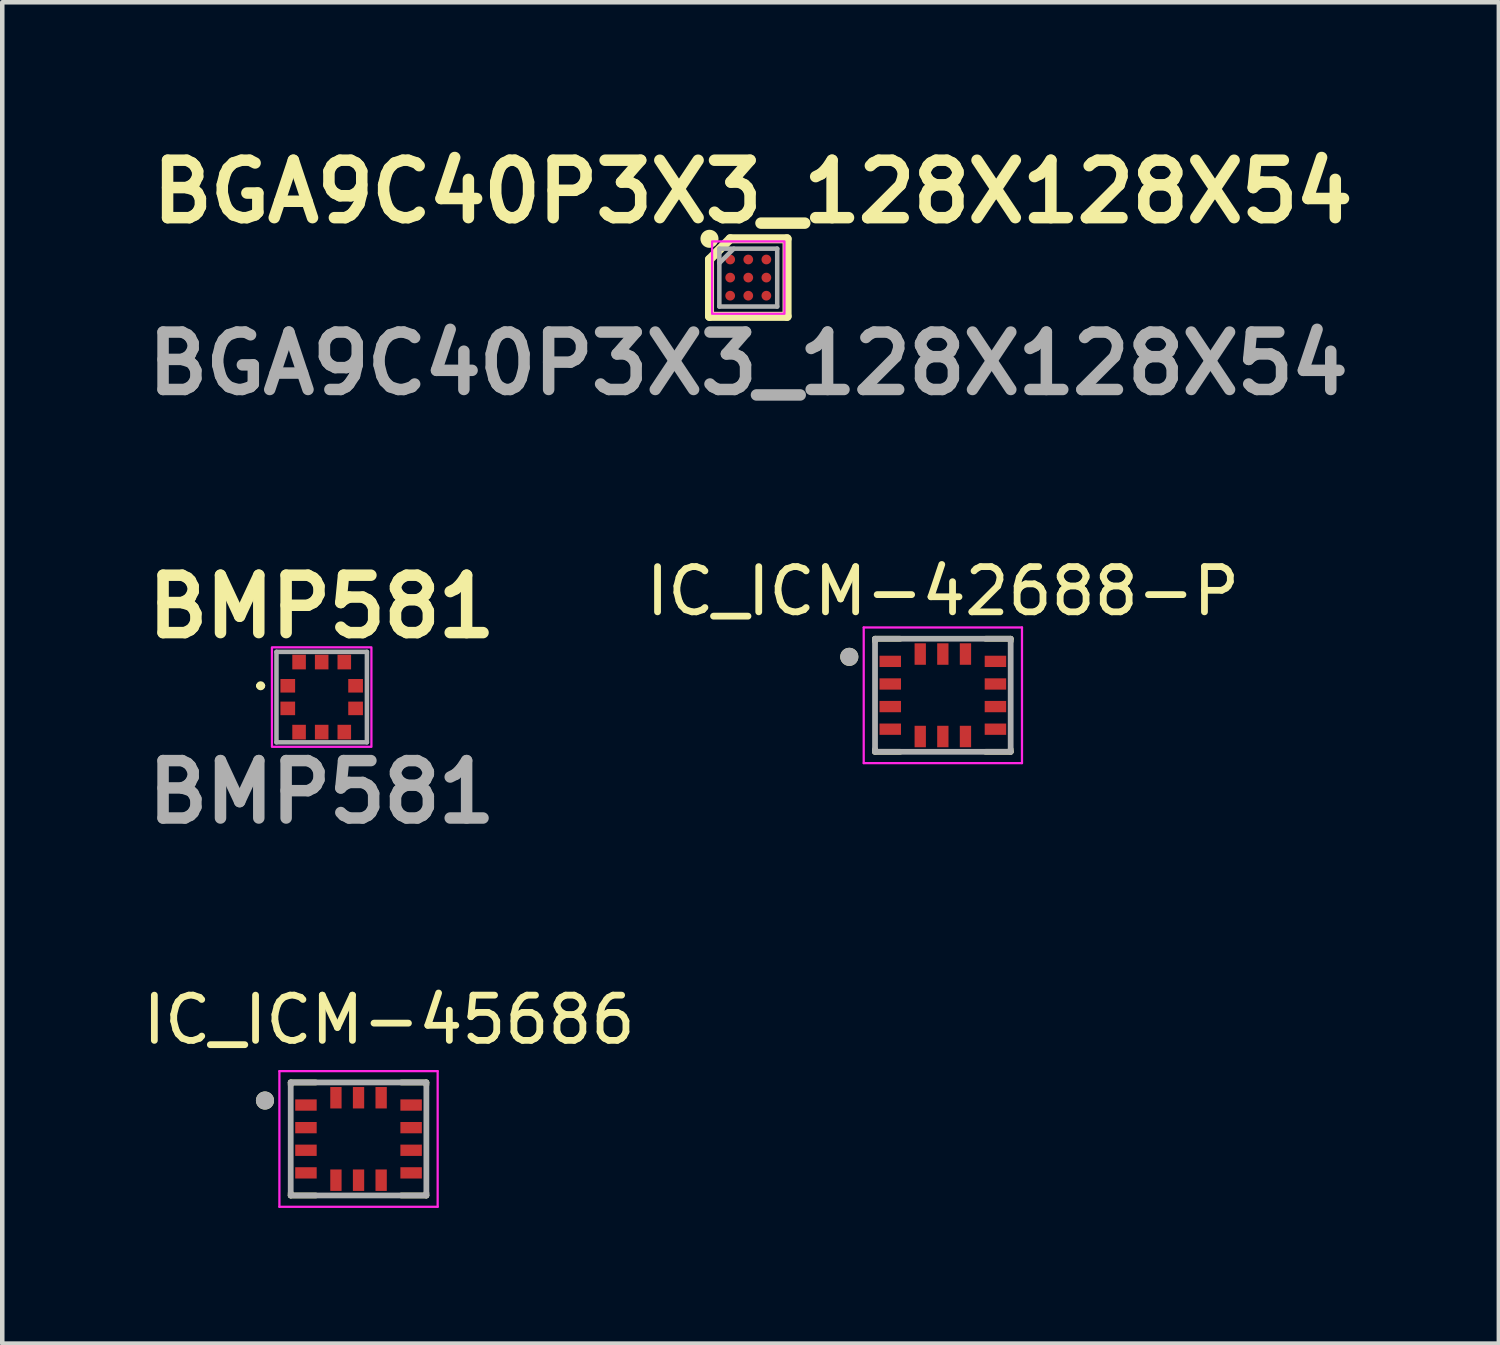
<source format=kicad_pcb>
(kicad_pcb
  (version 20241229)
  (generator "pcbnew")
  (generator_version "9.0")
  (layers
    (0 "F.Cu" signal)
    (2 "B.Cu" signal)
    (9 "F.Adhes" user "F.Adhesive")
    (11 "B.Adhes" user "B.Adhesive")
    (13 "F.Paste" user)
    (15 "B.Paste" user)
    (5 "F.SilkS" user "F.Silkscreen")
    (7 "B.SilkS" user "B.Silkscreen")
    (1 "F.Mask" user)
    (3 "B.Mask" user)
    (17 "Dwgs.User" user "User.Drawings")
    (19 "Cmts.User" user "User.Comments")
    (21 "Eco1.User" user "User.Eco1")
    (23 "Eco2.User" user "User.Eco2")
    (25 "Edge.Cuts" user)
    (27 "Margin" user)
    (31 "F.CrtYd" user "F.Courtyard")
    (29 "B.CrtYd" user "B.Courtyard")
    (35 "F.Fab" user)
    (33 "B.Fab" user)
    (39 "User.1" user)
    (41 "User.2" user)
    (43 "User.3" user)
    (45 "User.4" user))
  (footprint "IC_ICM-42688-P"
    (layer "F.Cu")
    (at 17.801 12.326)
    (property "Reference" "IC_ICM-42688-P" (at 0 -2.3 0) (layer "F.SilkS") (effects (font (size 1 1) (thickness 0.15))))
    (attr smd)
    (fp_poly (pts (xy -1.45 -0.925) (xy -0.875 -0.925) (xy -0.875 -0.575) (xy -1.45 -0.575)) (stroke (width 0.01) (type solid)) (fill yes) (layer "F.Mask"))
    (fp_poly (pts (xy -1.45 -0.425) (xy -0.875 -0.425) (xy -0.875 -0.075) (xy -1.45 -0.075)) (stroke (width 0.01) (type solid)) (fill yes) (layer "F.Mask"))
    (fp_poly (pts (xy -1.45 0.075) (xy -0.875 0.075) (xy -0.875 0.425) (xy -1.45 0.425)) (stroke (width 0.01) (type solid)) (fill yes) (layer "F.Mask"))
    (fp_poly (pts (xy -1.45 0.575) (xy -0.875 0.575) (xy -0.875 0.925) (xy -1.45 0.925)) (stroke (width 0.01) (type solid)) (fill yes) (layer "F.Mask"))
    (fp_poly (pts (xy -0.675 -1.2) (xy -0.325 -1.2) (xy -0.325 -0.625) (xy -0.675 -0.625)) (stroke (width 0.01) (type solid)) (fill yes) (layer "F.Mask"))
    (fp_poly (pts (xy -0.675 0.625) (xy -0.325 0.625) (xy -0.325 1.2) (xy -0.675 1.2)) (stroke (width 0.01) (type solid)) (fill yes) (layer "F.Mask"))
    (fp_poly (pts (xy -0.175 -1.2) (xy 0.175 -1.2) (xy 0.175 -0.625) (xy -0.175 -0.625)) (stroke (width 0.01) (type solid)) (fill yes) (layer "F.Mask"))
    (fp_poly (pts (xy -0.175 0.625) (xy 0.175 0.625) (xy 0.175 1.2) (xy -0.175 1.2)) (stroke (width 0.01) (type solid)) (fill yes) (layer "F.Mask"))
    (fp_poly (pts (xy 0.325 -1.2) (xy 0.675 -1.2) (xy 0.675 -0.625) (xy 0.325 -0.625)) (stroke (width 0.01) (type solid)) (fill yes) (layer "F.Mask"))
    (fp_poly (pts (xy 0.325 0.625) (xy 0.675 0.625) (xy 0.675 1.2) (xy 0.325 1.2)) (stroke (width 0.01) (type solid)) (fill yes) (layer "F.Mask"))
    (fp_poly (pts (xy 0.875 -0.925) (xy 1.45 -0.925) (xy 1.45 -0.575) (xy 0.875 -0.575)) (stroke (width 0.01) (type solid)) (fill yes) (layer "F.Mask"))
    (fp_poly (pts (xy 0.875 -0.425) (xy 1.45 -0.425) (xy 1.45 -0.075) (xy 0.875 -0.075)) (stroke (width 0.01) (type solid)) (fill yes) (layer "F.Mask"))
    (fp_poly (pts (xy 0.875 0.075) (xy 1.45 0.075) (xy 1.45 0.425) (xy 0.875 0.425)) (stroke (width 0.01) (type solid)) (fill yes) (layer "F.Mask"))
    (fp_poly (pts (xy 0.875 0.575) (xy 1.45 0.575) (xy 1.45 0.925) (xy 0.875 0.925)) (stroke (width 0.01) (type solid)) (fill yes) (layer "F.Mask"))
    (fp_line (start -1.5 -1.25) (end -1.5 -1.195) (stroke (width 0.127) (type solid)) (layer "F.SilkS"))
    (fp_line (start -1.5 -1.25) (end -0.945 -1.25) (stroke (width 0.127) (type solid)) (layer "F.SilkS"))
    (fp_line (start -1.5 1.25) (end -1.5 1.195) (stroke (width 0.127) (type solid)) (layer "F.SilkS"))
    (fp_line (start -0.945 1.25) (end -1.5 1.25) (stroke (width 0.127) (type solid)) (layer "F.SilkS"))
    (fp_line (start 0.945 -1.25) (end 1.5 -1.25) (stroke (width 0.127) (type solid)) (layer "F.SilkS"))
    (fp_line (start 1.5 -1.25) (end 1.5 -1.195) (stroke (width 0.127) (type solid)) (layer "F.SilkS"))
    (fp_line (start 1.5 1.25) (end 0.945 1.25) (stroke (width 0.127) (type solid)) (layer "F.SilkS"))
    (fp_line (start 1.5 1.25) (end 1.5 1.195) (stroke (width 0.127) (type solid)) (layer "F.SilkS"))
    (fp_circle (center -2.069 -0.85) (end -1.969 -0.85) (stroke (width 0.2) (type solid)) (fill no) (layer "F.SilkS"))
    (fp_line (start -1.75 -1.5) (end -1.75 1.5) (stroke (width 0.05) (type solid)) (layer "F.CrtYd"))
    (fp_line (start -1.75 1.5) (end 1.75 1.5) (stroke (width 0.05) (type solid)) (layer "F.CrtYd"))
    (fp_line (start 1.75 -1.5) (end -1.75 -1.5) (stroke (width 0.05) (type solid)) (layer "F.CrtYd"))
    (fp_line (start 1.75 1.5) (end 1.75 -1.5) (stroke (width 0.05) (type solid)) (layer "F.CrtYd"))
    (fp_line (start -1.5 -1.25) (end 1.5 -1.25) (stroke (width 0.127) (type solid)) (layer "F.Fab"))
    (fp_line (start -1.5 1.25) (end -1.5 -1.25) (stroke (width 0.127) (type solid)) (layer "F.Fab"))
    (fp_line (start 1.5 -1.25) (end 1.5 1.25) (stroke (width 0.127) (type solid)) (layer "F.Fab"))
    (fp_line (start 1.5 1.25) (end -1.5 1.25) (stroke (width 0.127) (type solid)) (layer "F.Fab"))
    (fp_circle (center -2.069 -0.85) (end -1.969 -0.85) (stroke (width 0.2) (type solid)) (fill no) (layer "F.Fab"))
    (pad "1" smd rect (at -1.163 -0.75) (size 0.475 0.25) (layers "F.Cu" "F.Paste"))
    (pad "2" smd rect (at -1.163 -0.25) (size 0.475 0.25) (layers "F.Cu" "F.Paste"))
    (pad "3" smd rect (at -1.163 0.25) (size 0.475 0.25) (layers "F.Cu" "F.Paste"))
    (pad "4" smd rect (at -1.163 0.75) (size 0.475 0.25) (layers "F.Cu" "F.Paste"))
    (pad "5" smd rect (at -0.5 0.912) (size 0.25 0.475) (layers "F.Cu" "F.Paste"))
    (pad "6" smd rect (at 0 0.912) (size 0.25 0.475) (layers "F.Cu" "F.Paste"))
    (pad "7" smd rect (at 0.5 0.912) (size 0.25 0.475) (layers "F.Cu" "F.Paste"))
    (pad "8" smd rect (at 1.163 0.75) (size 0.475 0.25) (layers "F.Cu" "F.Paste"))
    (pad "9" smd rect (at 1.163 0.25) (size 0.475 0.25) (layers "F.Cu" "F.Paste"))
    (pad "10" smd rect (at 1.163 -0.25) (size 0.475 0.25) (layers "F.Cu" "F.Paste"))
    (pad "11" smd rect (at 1.163 -0.75) (size 0.475 0.25) (layers "F.Cu" "F.Paste"))
    (pad "12" smd rect (at 0.5 -0.912) (size 0.25 0.475) (layers "F.Cu" "F.Paste"))
    (pad "13" smd rect (at 0 -0.912) (size 0.25 0.475) (layers "F.Cu" "F.Paste"))
    (pad "14" smd rect (at -0.5 -0.912) (size 0.25 0.475) (layers "F.Cu" "F.Paste"))
    (zone (net_name "") (layers "F.Cu" "B.Cu") (hatch full 0.508) (connect_pads) (min_thickness 0.01) (filled_areas_thickness no) (keepout (tracks not_allowed) (vias not_allowed) (pads not_allowed) (copperpour not_allowed) (footprints not_allowed)) (placement (enabled no)) (fill) (polygon (pts (xy 16.901 11.676) (xy 18.701 11.676) (xy 18.701 12.976) (xy 16.901 12.976)))))
  (footprint "BGA9C40P3X3_128X128X54"
    (layer "F.Cu")
    (at 13.498 3.089)
    (property "Reference" "BGA9C40P3X3_128X128X54" (at 0.1 -1.9 0) (layer "F.SilkS") (effects (font (size 1.27 1.27) (thickness 0.254))))
    (attr smd)
    (fp_line (start -0.857 -0.401) (end -0.399 -0.859) (stroke (width 0.2) (type solid)) (layer "F.SilkS"))
    (fp_line (start -0.857 0.857) (end -0.857 -0.401) (stroke (width 0.2) (type solid)) (layer "F.SilkS"))
    (fp_line (start -0.4 -0.858) (end 0.858 -0.858) (stroke (width 0.2) (type solid)) (layer "F.SilkS"))
    (fp_line (start 0.858 -0.858) (end 0.858 0.857) (stroke (width 0.2) (type solid)) (layer "F.SilkS"))
    (fp_line (start 0.858 0.857) (end -0.857 0.857) (stroke (width 0.2) (type solid)) (layer "F.SilkS"))
    (fp_circle (center -0.858 -0.858) (end -0.858 -0.758) (stroke (width 0.2) (type solid)) (fill no) (layer "F.SilkS"))
    (fp_rect (start -0.8 -0.8) (end 0.8 0.8) (stroke (width 0.05) (type default)) (fill no) (layer "F.CrtYd"))
    (fp_line (start -0.64 -0.64) (end 0.64 -0.64) (stroke (width 0.1) (type solid)) (layer "F.Fab"))
    (fp_line (start -0.64 -0.32) (end -0.32 -0.64) (stroke (width 0.1) (type solid)) (layer "F.Fab"))
    (fp_line (start -0.64 0.64) (end -0.64 -0.64) (stroke (width 0.1) (type solid)) (layer "F.Fab"))
    (fp_line (start 0.64 -0.64) (end 0.64 0.64) (stroke (width 0.1) (type solid)) (layer "F.Fab"))
    (fp_line (start 0.64 0.64) (end -0.64 0.64) (stroke (width 0.1) (type solid)) (layer "F.Fab"))
    (fp_text user "${REFERENCE}" (at 0 1.9 0) (layer "F.Fab") (effects (font (size 1.27 1.27) (thickness 0.254))))
    (pad "A1" smd circle (at -0.4 -0.4 90) (size 0.215 0.215) (layers "F.Cu" "F.Mask" "F.Paste"))
    (pad "A2" smd circle (at 0 -0.4 90) (size 0.215 0.215) (layers "F.Cu" "F.Mask" "F.Paste"))
    (pad "A3" smd circle (at 0.4 -0.4 90) (size 0.215 0.215) (layers "F.Cu" "F.Mask" "F.Paste"))
    (pad "B1" smd circle (at -0.4 0 90) (size 0.215 0.215) (layers "F.Cu" "F.Mask" "F.Paste"))
    (pad "B2" smd circle (at 0 0 90) (size 0.215 0.215) (layers "F.Cu" "F.Mask" "F.Paste"))
    (pad "B3" smd circle (at 0.4 0 90) (size 0.215 0.215) (layers "F.Cu" "F.Mask" "F.Paste"))
    (pad "C1" smd circle (at -0.4 0.4 90) (size 0.215 0.215) (layers "F.Cu" "F.Mask" "F.Paste"))
    (pad "C2" smd circle (at 0 0.4 90) (size 0.215 0.215) (layers "F.Cu" "F.Mask" "F.Paste"))
    (pad "C3" smd circle (at 0.4 0.4 90) (size 0.215 0.215) (layers "F.Cu" "F.Mask" "F.Paste")))
  (footprint "IC_ICM-45686"
    (layer "F.Cu")
    (at 4.879 22.138)
    (property "Reference" "IC_ICM-45686" (at 0.675 -2.635 0) (layer "F.SilkS") (effects (font (size 1 1) (thickness 0.15))))
    (attr smd)
    (fp_poly (pts (xy -1.45 -0.925) (xy -0.875 -0.925) (xy -0.875 -0.575) (xy -1.45 -0.575)) (stroke (width 0.01) (type solid)) (fill yes) (layer "F.Mask"))
    (fp_poly (pts (xy -1.45 -0.425) (xy -0.875 -0.425) (xy -0.875 -0.075) (xy -1.45 -0.075)) (stroke (width 0.01) (type solid)) (fill yes) (layer "F.Mask"))
    (fp_poly (pts (xy -1.45 0.075) (xy -0.875 0.075) (xy -0.875 0.425) (xy -1.45 0.425)) (stroke (width 0.01) (type solid)) (fill yes) (layer "F.Mask"))
    (fp_poly (pts (xy -1.45 0.575) (xy -0.875 0.575) (xy -0.875 0.925) (xy -1.45 0.925)) (stroke (width 0.01) (type solid)) (fill yes) (layer "F.Mask"))
    (fp_poly (pts (xy -0.675 -1.2) (xy -0.325 -1.2) (xy -0.325 -0.625) (xy -0.675 -0.625)) (stroke (width 0.01) (type solid)) (fill yes) (layer "F.Mask"))
    (fp_poly (pts (xy -0.675 0.625) (xy -0.325 0.625) (xy -0.325 1.2) (xy -0.675 1.2)) (stroke (width 0.01) (type solid)) (fill yes) (layer "F.Mask"))
    (fp_poly (pts (xy -0.175 -1.2) (xy 0.175 -1.2) (xy 0.175 -0.625) (xy -0.175 -0.625)) (stroke (width 0.01) (type solid)) (fill yes) (layer "F.Mask"))
    (fp_poly (pts (xy -0.175 0.625) (xy 0.175 0.625) (xy 0.175 1.2) (xy -0.175 1.2)) (stroke (width 0.01) (type solid)) (fill yes) (layer "F.Mask"))
    (fp_poly (pts (xy 0.325 -1.2) (xy 0.675 -1.2) (xy 0.675 -0.625) (xy 0.325 -0.625)) (stroke (width 0.01) (type solid)) (fill yes) (layer "F.Mask"))
    (fp_poly (pts (xy 0.325 0.625) (xy 0.675 0.625) (xy 0.675 1.2) (xy 0.325 1.2)) (stroke (width 0.01) (type solid)) (fill yes) (layer "F.Mask"))
    (fp_poly (pts (xy 0.875 -0.925) (xy 1.45 -0.925) (xy 1.45 -0.575) (xy 0.875 -0.575)) (stroke (width 0.01) (type solid)) (fill yes) (layer "F.Mask"))
    (fp_poly (pts (xy 0.875 -0.425) (xy 1.45 -0.425) (xy 1.45 -0.075) (xy 0.875 -0.075)) (stroke (width 0.01) (type solid)) (fill yes) (layer "F.Mask"))
    (fp_poly (pts (xy 0.875 0.075) (xy 1.45 0.075) (xy 1.45 0.425) (xy 0.875 0.425)) (stroke (width 0.01) (type solid)) (fill yes) (layer "F.Mask"))
    (fp_poly (pts (xy 0.875 0.575) (xy 1.45 0.575) (xy 1.45 0.925) (xy 0.875 0.925)) (stroke (width 0.01) (type solid)) (fill yes) (layer "F.Mask"))
    (fp_line (start -1.5 -1.25) (end -1.5 -1.195) (stroke (width 0.127) (type solid)) (layer "F.SilkS"))
    (fp_line (start -1.5 -1.25) (end -0.945 -1.25) (stroke (width 0.127) (type solid)) (layer "F.SilkS"))
    (fp_line (start -1.5 1.25) (end -1.5 1.195) (stroke (width 0.127) (type solid)) (layer "F.SilkS"))
    (fp_line (start -0.945 1.25) (end -1.5 1.25) (stroke (width 0.127) (type solid)) (layer "F.SilkS"))
    (fp_line (start 0.945 -1.25) (end 1.5 -1.25) (stroke (width 0.127) (type solid)) (layer "F.SilkS"))
    (fp_line (start 1.5 -1.25) (end 1.5 -1.195) (stroke (width 0.127) (type solid)) (layer "F.SilkS"))
    (fp_line (start 1.5 1.25) (end 0.945 1.25) (stroke (width 0.127) (type solid)) (layer "F.SilkS"))
    (fp_line (start 1.5 1.25) (end 1.5 1.195) (stroke (width 0.127) (type solid)) (layer "F.SilkS"))
    (fp_circle (center -2.069 -0.85) (end -1.969 -0.85) (stroke (width 0.2) (type solid)) (fill no) (layer "F.SilkS"))
    (fp_line (start -1.75 -1.5) (end -1.75 1.5) (stroke (width 0.05) (type solid)) (layer "F.CrtYd"))
    (fp_line (start -1.75 1.5) (end 1.75 1.5) (stroke (width 0.05) (type solid)) (layer "F.CrtYd"))
    (fp_line (start 1.75 -1.5) (end -1.75 -1.5) (stroke (width 0.05) (type solid)) (layer "F.CrtYd"))
    (fp_line (start 1.75 1.5) (end 1.75 -1.5) (stroke (width 0.05) (type solid)) (layer "F.CrtYd"))
    (fp_line (start -1.5 -1.25) (end 1.5 -1.25) (stroke (width 0.127) (type solid)) (layer "F.Fab"))
    (fp_line (start -1.5 1.25) (end -1.5 -1.25) (stroke (width 0.127) (type solid)) (layer "F.Fab"))
    (fp_line (start 1.5 -1.25) (end 1.5 1.25) (stroke (width 0.127) (type solid)) (layer "F.Fab"))
    (fp_line (start 1.5 1.25) (end -1.5 1.25) (stroke (width 0.127) (type solid)) (layer "F.Fab"))
    (fp_circle (center -2.069 -0.85) (end -1.969 -0.85) (stroke (width 0.2) (type solid)) (fill no) (layer "F.Fab"))
    (pad "1" smd rect (at -1.163 -0.75) (size 0.475 0.25) (layers "F.Cu" "F.Paste"))
    (pad "2" smd rect (at -1.163 -0.25) (size 0.475 0.25) (layers "F.Cu" "F.Paste"))
    (pad "3" smd rect (at -1.163 0.25) (size 0.475 0.25) (layers "F.Cu" "F.Paste"))
    (pad "4" smd rect (at -1.163 0.75) (size 0.475 0.25) (layers "F.Cu" "F.Paste"))
    (pad "5" smd rect (at -0.5 0.912) (size 0.25 0.475) (layers "F.Cu" "F.Paste"))
    (pad "6" smd rect (at 0 0.912) (size 0.25 0.475) (layers "F.Cu" "F.Paste"))
    (pad "7" smd rect (at 0.5 0.912) (size 0.25 0.475) (layers "F.Cu" "F.Paste"))
    (pad "8" smd rect (at 1.163 0.75) (size 0.475 0.25) (layers "F.Cu" "F.Paste"))
    (pad "9" smd rect (at 1.163 0.25) (size 0.475 0.25) (layers "F.Cu" "F.Paste"))
    (pad "10" smd rect (at 1.163 -0.25) (size 0.475 0.25) (layers "F.Cu" "F.Paste"))
    (pad "11" smd rect (at 1.163 -0.75) (size 0.475 0.25) (layers "F.Cu" "F.Paste"))
    (pad "12" smd rect (at 0.5 -0.912) (size 0.25 0.475) (layers "F.Cu" "F.Paste"))
    (pad "13" smd rect (at 0 -0.912) (size 0.25 0.475) (layers "F.Cu" "F.Paste"))
    (pad "14" smd rect (at -0.5 -0.912) (size 0.25 0.475) (layers "F.Cu" "F.Paste"))
    (zone (net_name "") (layer "F.Cu") (hatch full 0.508) (connect_pads) (min_thickness 0.01) (filled_areas_thickness no) (keepout (tracks not_allowed) (vias not_allowed) (pads not_allowed) (copperpour not_allowed) (footprints allowed)) (placement (enabled no)) (fill) (polygon (pts (xy 3.979 21.488) (xy 5.779 21.488) (xy 5.779 22.788) (xy 3.979 22.788))))
    (zone (net_name "") (layers "F.Cu" "B.Cu") (hatch full 0.508) (connect_pads) (min_thickness 0.01) (filled_areas_thickness no) (keepout (tracks allowed) (vias not_allowed) (pads allowed) (copperpour allowed) (footprints allowed)) (placement (enabled no)) (fill) (polygon (pts (xy 3.979 21.488) (xy 5.779 21.488) (xy 5.779 22.788) (xy 3.979 22.788)))))
  (footprint "BMP581"
    (layer "F.Cu")
    (at 4.064 12.366)
    (property "Reference" "BMP581" (at 0 -2 0) (layer "F.SilkS") (effects (font (size 1.27 1.27) (thickness 0.254))))
    (attr smd)
    (fp_line (start -1.4 -0.25) (end -1.4 -0.25) (stroke (width 0.1) (type solid)) (layer "F.SilkS"))
    (fp_line (start -1.3 -0.25) (end -1.3 -0.25) (stroke (width 0.1) (type solid)) (layer "F.SilkS"))
    (fp_arc (start -1.4 -0.25) (mid -1.35 -0.3) (end -1.3 -0.25) (stroke (width 0.1) (type solid)) (layer "F.SilkS"))
    (fp_arc (start -1.3 -0.25) (mid -1.35 -0.2) (end -1.4 -0.25) (stroke (width 0.1) (type solid)) (layer "F.SilkS"))
    (fp_rect (start -1.1 -1.1) (end 1.1 1.1) (stroke (width 0.05) (type default)) (fill no) (layer "F.CrtYd"))
    (fp_line (start -1 -1) (end 1 -1) (stroke (width 0.1) (type solid)) (layer "F.Fab"))
    (fp_line (start -1 1) (end -1 -1) (stroke (width 0.1) (type solid)) (layer "F.Fab"))
    (fp_line (start 1 -1) (end 1 1) (stroke (width 0.1) (type solid)) (layer "F.Fab"))
    (fp_line (start 1 1) (end -1 1) (stroke (width 0.1) (type solid)) (layer "F.Fab"))
    (fp_text user "${REFERENCE}" (at 0 2.1 0) (layer "F.Fab") (effects (font (size 1.27 1.27) (thickness 0.254))))
    (pad "1" smd rect (at -0.75 -0.25 90) (size 0.3 0.325) (layers "F.Cu" "F.Mask" "F.Paste"))
    (pad "2" smd rect (at -0.75 0.25 90) (size 0.3 0.325) (layers "F.Cu" "F.Mask" "F.Paste"))
    (pad "3" smd rect (at -0.5 0.775) (size 0.3 0.325) (layers "F.Cu" "F.Mask" "F.Paste"))
    (pad "4" smd rect (at 0 0.775) (size 0.3 0.325) (layers "F.Cu" "F.Mask" "F.Paste"))
    (pad "5" smd rect (at 0.5 0.775) (size 0.3 0.325) (layers "F.Cu" "F.Mask" "F.Paste"))
    (pad "6" smd rect (at 0.75 0.25 90) (size 0.3 0.325) (layers "F.Cu" "F.Mask" "F.Paste"))
    (pad "7" smd rect (at 0.75 -0.25 90) (size 0.3 0.325) (layers "F.Cu" "F.Mask" "F.Paste"))
    (pad "8" smd rect (at 0.5 -0.775) (size 0.3 0.325) (layers "F.Cu" "F.Mask" "F.Paste"))
    (pad "9" smd rect (at 0 -0.775) (size 0.3 0.325) (layers "F.Cu" "F.Mask" "F.Paste"))
    (pad "10" smd rect (at -0.5 -0.775) (size 0.3 0.325) (layers "F.Cu" "F.Mask" "F.Paste")))
  (gr_rect
    (start -3 -3)
    (end 30.097 26.663)
    (stroke (width 0.1) (type default))
    (fill no)
    (layer "Edge.Cuts")))
</source>
